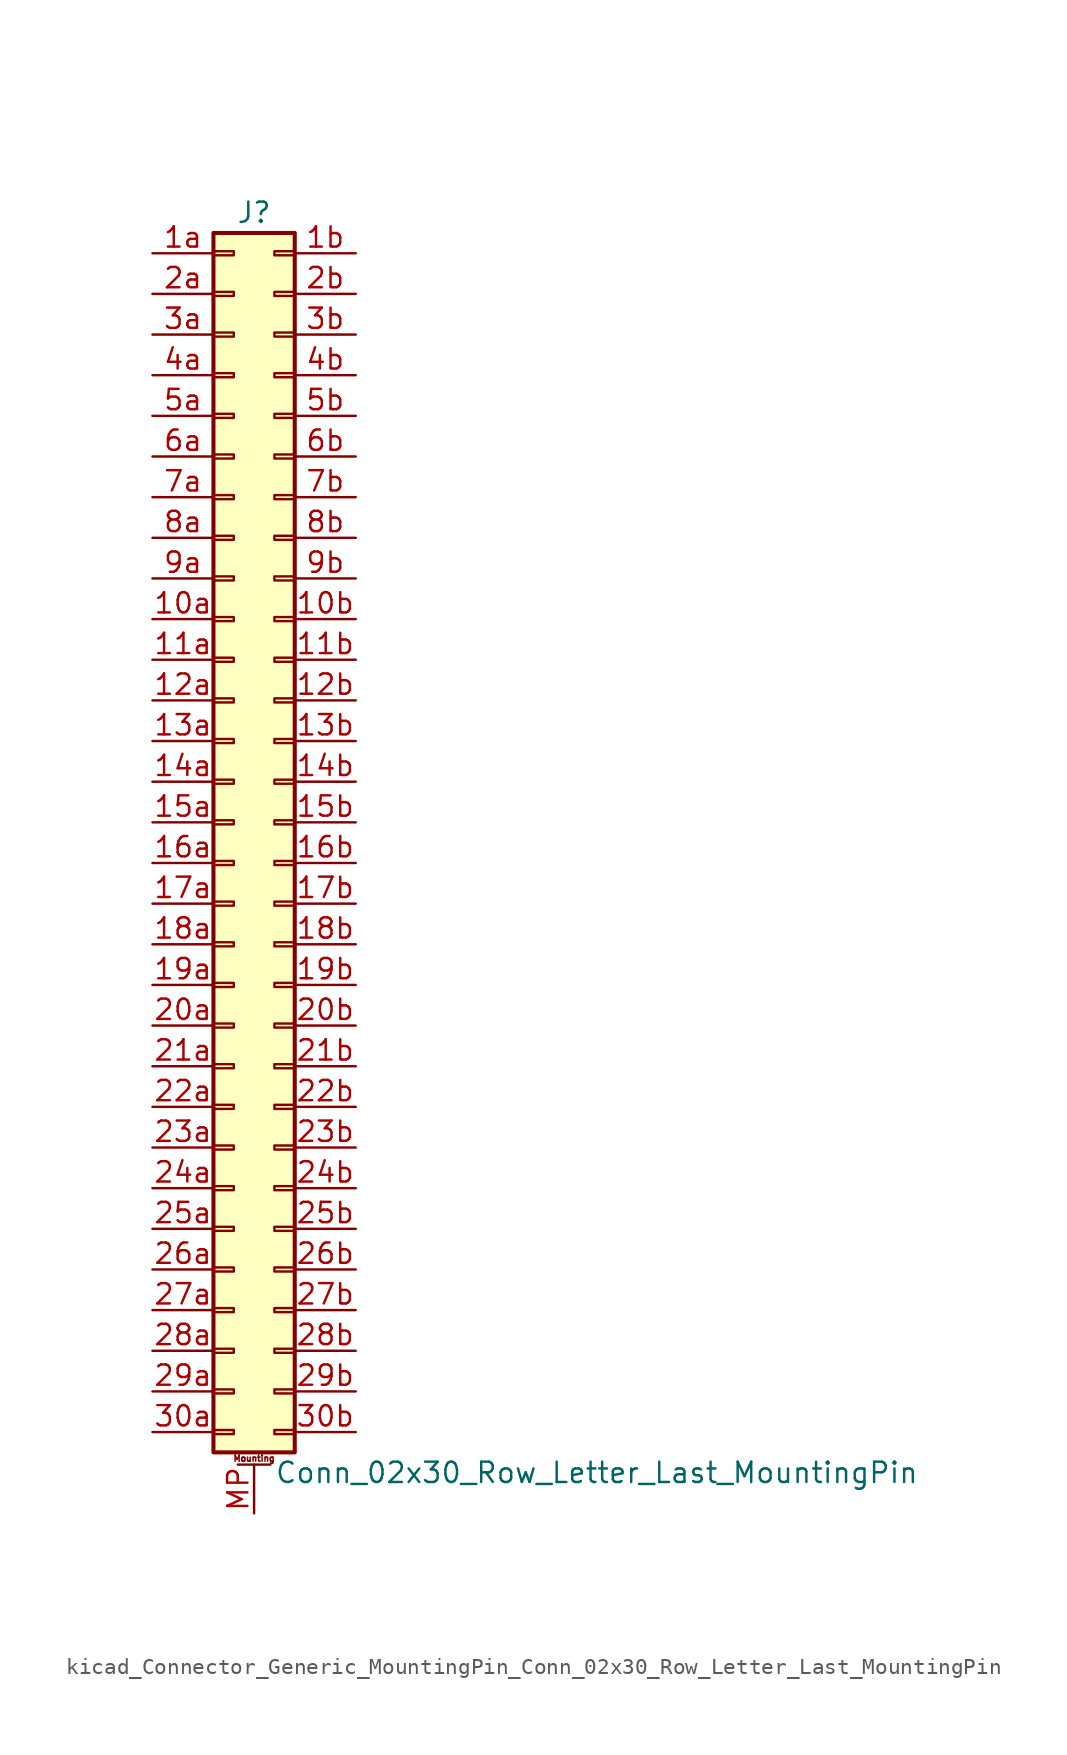
<source format=kicad_sym>
(kicad_symbol_lib
  (version 20220914)
  (generator kicad_symbol_editor)
  (symbol "kicad_Connector_Generic_MountingPin_Conn_02x30_Row_Letter_Last_MountingPin"
    (pin_names
      (offset 1.016) hide)
    (property "Reference" "J"
      (at 1.27 38.1 0)
      (effects (font (size 1.27 1.27))))
    (property "Value" "Conn_02x30_Row_Letter_Last_MountingPin"
      (at 2.54 -40.64 0)
      (effects (font (size 1.27 1.27)) (justify left)))
    (symbol "kicad_Connector_Generic_MountingPin_Conn_02x30_Row_Letter_Last_MountingPin_1_1"
      (rectangle (start -1.27 -37.973) (end 0 -38.227) (stroke (width 0.152) (type default)) (fill (type none)))
      (rectangle (start -1.27 -35.433) (end 0 -35.687) (stroke (width 0.152) (type default)) (fill (type none)))
      (rectangle (start -1.27 -32.893) (end 0 -33.147) (stroke (width 0.152) (type default)) (fill (type none)))
      (rectangle (start -1.27 -30.353) (end 0 -30.607) (stroke (width 0.152) (type default)) (fill (type none)))
      (rectangle (start -1.27 -27.813) (end 0 -28.067) (stroke (width 0.152) (type default)) (fill (type none)))
      (rectangle (start -1.27 -25.273) (end 0 -25.527) (stroke (width 0.152) (type default)) (fill (type none)))
      (rectangle (start -1.27 -22.733) (end 0 -22.987) (stroke (width 0.152) (type default)) (fill (type none)))
      (rectangle (start -1.27 -20.193) (end 0 -20.447) (stroke (width 0.152) (type default)) (fill (type none)))
      (rectangle (start -1.27 -17.653) (end 0 -17.907) (stroke (width 0.152) (type default)) (fill (type none)))
      (rectangle (start -1.27 -15.113) (end 0 -15.367) (stroke (width 0.152) (type default)) (fill (type none)))
      (rectangle (start -1.27 -12.573) (end 0 -12.827) (stroke (width 0.152) (type default)) (fill (type none)))
      (rectangle (start -1.27 -10.033) (end 0 -10.287) (stroke (width 0.152) (type default)) (fill (type none)))
      (rectangle (start -1.27 -7.493) (end 0 -7.747) (stroke (width 0.152) (type default)) (fill (type none)))
      (rectangle (start -1.27 -4.953) (end 0 -5.207) (stroke (width 0.152) (type default)) (fill (type none)))
      (rectangle (start -1.27 -2.413) (end 0 -2.667) (stroke (width 0.152) (type default)) (fill (type none)))
      (rectangle (start -1.27 0.127) (end 0 -0.127) (stroke (width 0.152) (type default)) (fill (type none)))
      (rectangle (start -1.27 2.667) (end 0 2.413) (stroke (width 0.152) (type default)) (fill (type none)))
      (rectangle (start -1.27 5.207) (end 0 4.953) (stroke (width 0.152) (type default)) (fill (type none)))
      (rectangle (start -1.27 7.747) (end 0 7.493) (stroke (width 0.152) (type default)) (fill (type none)))
      (rectangle (start -1.27 10.287) (end 0 10.033) (stroke (width 0.152) (type default)) (fill (type none)))
      (rectangle (start -1.27 12.827) (end 0 12.573) (stroke (width 0.152) (type default)) (fill (type none)))
      (rectangle (start -1.27 15.367) (end 0 15.113) (stroke (width 0.152) (type default)) (fill (type none)))
      (rectangle (start -1.27 17.907) (end 0 17.653) (stroke (width 0.152) (type default)) (fill (type none)))
      (rectangle (start -1.27 20.447) (end 0 20.193) (stroke (width 0.152) (type default)) (fill (type none)))
      (rectangle (start -1.27 22.987) (end 0 22.733) (stroke (width 0.152) (type default)) (fill (type none)))
      (rectangle (start -1.27 25.527) (end 0 25.273) (stroke (width 0.152) (type default)) (fill (type none)))
      (rectangle (start -1.27 28.067) (end 0 27.813) (stroke (width 0.152) (type default)) (fill (type none)))
      (rectangle (start -1.27 30.607) (end 0 30.353) (stroke (width 0.152) (type default)) (fill (type none)))
      (rectangle (start -1.27 33.147) (end 0 32.893) (stroke (width 0.152) (type default)) (fill (type none)))
      (rectangle (start -1.27 35.687) (end 0 35.433) (stroke (width 0.152) (type default)) (fill (type none)))
      (rectangle (start -1.27 36.83) (end 3.81 -39.37) (stroke (width 0.254) (type default)) (fill (type background)))
      (polyline (pts (xy 0.254 -40.132) (xy 2.286 -40.132)) (stroke (width 0.152) (type default)) (fill (type none)))
      (rectangle (start 3.81 -37.973) (end 2.54 -38.227) (stroke (width 0.152) (type default)) (fill (type none)))
      (rectangle (start 3.81 -35.433) (end 2.54 -35.687) (stroke (width 0.152) (type default)) (fill (type none)))
      (rectangle (start 3.81 -32.893) (end 2.54 -33.147) (stroke (width 0.152) (type default)) (fill (type none)))
      (rectangle (start 3.81 -30.353) (end 2.54 -30.607) (stroke (width 0.152) (type default)) (fill (type none)))
      (rectangle (start 3.81 -27.813) (end 2.54 -28.067) (stroke (width 0.152) (type default)) (fill (type none)))
      (rectangle (start 3.81 -25.273) (end 2.54 -25.527) (stroke (width 0.152) (type default)) (fill (type none)))
      (rectangle (start 3.81 -22.733) (end 2.54 -22.987) (stroke (width 0.152) (type default)) (fill (type none)))
      (rectangle (start 3.81 -20.193) (end 2.54 -20.447) (stroke (width 0.152) (type default)) (fill (type none)))
      (rectangle (start 3.81 -17.653) (end 2.54 -17.907) (stroke (width 0.152) (type default)) (fill (type none)))
      (rectangle (start 3.81 -15.113) (end 2.54 -15.367) (stroke (width 0.152) (type default)) (fill (type none)))
      (rectangle (start 3.81 -12.573) (end 2.54 -12.827) (stroke (width 0.152) (type default)) (fill (type none)))
      (rectangle (start 3.81 -10.033) (end 2.54 -10.287) (stroke (width 0.152) (type default)) (fill (type none)))
      (rectangle (start 3.81 -7.493) (end 2.54 -7.747) (stroke (width 0.152) (type default)) (fill (type none)))
      (rectangle (start 3.81 -4.953) (end 2.54 -5.207) (stroke (width 0.152) (type default)) (fill (type none)))
      (rectangle (start 3.81 -2.413) (end 2.54 -2.667) (stroke (width 0.152) (type default)) (fill (type none)))
      (rectangle (start 3.81 0.127) (end 2.54 -0.127) (stroke (width 0.152) (type default)) (fill (type none)))
      (rectangle (start 3.81 2.667) (end 2.54 2.413) (stroke (width 0.152) (type default)) (fill (type none)))
      (rectangle (start 3.81 5.207) (end 2.54 4.953) (stroke (width 0.152) (type default)) (fill (type none)))
      (rectangle (start 3.81 7.747) (end 2.54 7.493) (stroke (width 0.152) (type default)) (fill (type none)))
      (rectangle (start 3.81 10.287) (end 2.54 10.033) (stroke (width 0.152) (type default)) (fill (type none)))
      (rectangle (start 3.81 12.827) (end 2.54 12.573) (stroke (width 0.152) (type default)) (fill (type none)))
      (rectangle (start 3.81 15.367) (end 2.54 15.113) (stroke (width 0.152) (type default)) (fill (type none)))
      (rectangle (start 3.81 17.907) (end 2.54 17.653) (stroke (width 0.152) (type default)) (fill (type none)))
      (rectangle (start 3.81 20.447) (end 2.54 20.193) (stroke (width 0.152) (type default)) (fill (type none)))
      (rectangle (start 3.81 22.987) (end 2.54 22.733) (stroke (width 0.152) (type default)) (fill (type none)))
      (rectangle (start 3.81 25.527) (end 2.54 25.273) (stroke (width 0.152) (type default)) (fill (type none)))
      (rectangle (start 3.81 28.067) (end 2.54 27.813) (stroke (width 0.152) (type default)) (fill (type none)))
      (rectangle (start 3.81 30.607) (end 2.54 30.353) (stroke (width 0.152) (type default)) (fill (type none)))
      (rectangle (start 3.81 33.147) (end 2.54 32.893) (stroke (width 0.152) (type default)) (fill (type none)))
      (rectangle (start 3.81 35.687) (end 2.54 35.433) (stroke (width 0.152) (type default)) (fill (type none)))
      (text "Mounting" (at 1.27 -39.751 0) (effects (font (size 0.381 0.381))))
      (pin passive line (at -5.08 12.7 0) (length 3.81) (name "Pin_10a" (effects (font (size 1.27 1.27)))) (number "10a" (effects (font (size 1.27 1.27)))))
      (pin passive line (at 7.62 12.7 180) (length 3.81) (name "Pin_10b" (effects (font (size 1.27 1.27)))) (number "10b" (effects (font (size 1.27 1.27)))))
      (pin passive line (at -5.08 10.16 0) (length 3.81) (name "Pin_11a" (effects (font (size 1.27 1.27)))) (number "11a" (effects (font (size 1.27 1.27)))))
      (pin passive line (at 7.62 10.16 180) (length 3.81) (name "Pin_11b" (effects (font (size 1.27 1.27)))) (number "11b" (effects (font (size 1.27 1.27)))))
      (pin passive line (at -5.08 7.62 0) (length 3.81) (name "Pin_12a" (effects (font (size 1.27 1.27)))) (number "12a" (effects (font (size 1.27 1.27)))))
      (pin passive line (at 7.62 7.62 180) (length 3.81) (name "Pin_12b" (effects (font (size 1.27 1.27)))) (number "12b" (effects (font (size 1.27 1.27)))))
      (pin passive line (at -5.08 5.08 0) (length 3.81) (name "Pin_13a" (effects (font (size 1.27 1.27)))) (number "13a" (effects (font (size 1.27 1.27)))))
      (pin passive line (at 7.62 5.08 180) (length 3.81) (name "Pin_13b" (effects (font (size 1.27 1.27)))) (number "13b" (effects (font (size 1.27 1.27)))))
      (pin passive line (at -5.08 2.54 0) (length 3.81) (name "Pin_14a" (effects (font (size 1.27 1.27)))) (number "14a" (effects (font (size 1.27 1.27)))))
      (pin passive line (at 7.62 2.54 180) (length 3.81) (name "Pin_14b" (effects (font (size 1.27 1.27)))) (number "14b" (effects (font (size 1.27 1.27)))))
      (pin passive line (at -5.08 0 0) (length 3.81) (name "Pin_15a" (effects (font (size 1.27 1.27)))) (number "15a" (effects (font (size 1.27 1.27)))))
      (pin passive line (at 7.62 0 180) (length 3.81) (name "Pin_15b" (effects (font (size 1.27 1.27)))) (number "15b" (effects (font (size 1.27 1.27)))))
      (pin passive line (at -5.08 -2.54 0) (length 3.81) (name "Pin_16a" (effects (font (size 1.27 1.27)))) (number "16a" (effects (font (size 1.27 1.27)))))
      (pin passive line (at 7.62 -2.54 180) (length 3.81) (name "Pin_16b" (effects (font (size 1.27 1.27)))) (number "16b" (effects (font (size 1.27 1.27)))))
      (pin passive line (at -5.08 -5.08 0) (length 3.81) (name "Pin_17a" (effects (font (size 1.27 1.27)))) (number "17a" (effects (font (size 1.27 1.27)))))
      (pin passive line (at 7.62 -5.08 180) (length 3.81) (name "Pin_17b" (effects (font (size 1.27 1.27)))) (number "17b" (effects (font (size 1.27 1.27)))))
      (pin passive line (at -5.08 -7.62 0) (length 3.81) (name "Pin_18a" (effects (font (size 1.27 1.27)))) (number "18a" (effects (font (size 1.27 1.27)))))
      (pin passive line (at 7.62 -7.62 180) (length 3.81) (name "Pin_18b" (effects (font (size 1.27 1.27)))) (number "18b" (effects (font (size 1.27 1.27)))))
      (pin passive line (at -5.08 -10.16 0) (length 3.81) (name "Pin_19a" (effects (font (size 1.27 1.27)))) (number "19a" (effects (font (size 1.27 1.27)))))
      (pin passive line (at 7.62 -10.16 180) (length 3.81) (name "Pin_19b" (effects (font (size 1.27 1.27)))) (number "19b" (effects (font (size 1.27 1.27)))))
      (pin passive line (at -5.08 35.56 0) (length 3.81) (name "Pin_1a" (effects (font (size 1.27 1.27)))) (number "1a" (effects (font (size 1.27 1.27)))))
      (pin passive line (at 7.62 35.56 180) (length 3.81) (name "Pin_1b" (effects (font (size 1.27 1.27)))) (number "1b" (effects (font (size 1.27 1.27)))))
      (pin passive line (at -5.08 -12.7 0) (length 3.81) (name "Pin_20a" (effects (font (size 1.27 1.27)))) (number "20a" (effects (font (size 1.27 1.27)))))
      (pin passive line (at 7.62 -12.7 180) (length 3.81) (name "Pin_20b" (effects (font (size 1.27 1.27)))) (number "20b" (effects (font (size 1.27 1.27)))))
      (pin passive line (at -5.08 -15.24 0) (length 3.81) (name "Pin_21a" (effects (font (size 1.27 1.27)))) (number "21a" (effects (font (size 1.27 1.27)))))
      (pin passive line (at 7.62 -15.24 180) (length 3.81) (name "Pin_21b" (effects (font (size 1.27 1.27)))) (number "21b" (effects (font (size 1.27 1.27)))))
      (pin passive line (at -5.08 -17.78 0) (length 3.81) (name "Pin_22a" (effects (font (size 1.27 1.27)))) (number "22a" (effects (font (size 1.27 1.27)))))
      (pin passive line (at 7.62 -17.78 180) (length 3.81) (name "Pin_22b" (effects (font (size 1.27 1.27)))) (number "22b" (effects (font (size 1.27 1.27)))))
      (pin passive line (at -5.08 -20.32 0) (length 3.81) (name "Pin_23a" (effects (font (size 1.27 1.27)))) (number "23a" (effects (font (size 1.27 1.27)))))
      (pin passive line (at 7.62 -20.32 180) (length 3.81) (name "Pin_23b" (effects (font (size 1.27 1.27)))) (number "23b" (effects (font (size 1.27 1.27)))))
      (pin passive line (at -5.08 -22.86 0) (length 3.81) (name "Pin_24a" (effects (font (size 1.27 1.27)))) (number "24a" (effects (font (size 1.27 1.27)))))
      (pin passive line (at 7.62 -22.86 180) (length 3.81) (name "Pin_24b" (effects (font (size 1.27 1.27)))) (number "24b" (effects (font (size 1.27 1.27)))))
      (pin passive line (at -5.08 -25.4 0) (length 3.81) (name "Pin_25a" (effects (font (size 1.27 1.27)))) (number "25a" (effects (font (size 1.27 1.27)))))
      (pin passive line (at 7.62 -25.4 180) (length 3.81) (name "Pin_25b" (effects (font (size 1.27 1.27)))) (number "25b" (effects (font (size 1.27 1.27)))))
      (pin passive line (at -5.08 -27.94 0) (length 3.81) (name "Pin_26a" (effects (font (size 1.27 1.27)))) (number "26a" (effects (font (size 1.27 1.27)))))
      (pin passive line (at 7.62 -27.94 180) (length 3.81) (name "Pin_26b" (effects (font (size 1.27 1.27)))) (number "26b" (effects (font (size 1.27 1.27)))))
      (pin passive line (at -5.08 -30.48 0) (length 3.81) (name "Pin_27a" (effects (font (size 1.27 1.27)))) (number "27a" (effects (font (size 1.27 1.27)))))
      (pin passive line (at 7.62 -30.48 180) (length 3.81) (name "Pin_27b" (effects (font (size 1.27 1.27)))) (number "27b" (effects (font (size 1.27 1.27)))))
      (pin passive line (at -5.08 -33.02 0) (length 3.81) (name "Pin_28a" (effects (font (size 1.27 1.27)))) (number "28a" (effects (font (size 1.27 1.27)))))
      (pin passive line (at 7.62 -33.02 180) (length 3.81) (name "Pin_28b" (effects (font (size 1.27 1.27)))) (number "28b" (effects (font (size 1.27 1.27)))))
      (pin passive line (at -5.08 -35.56 0) (length 3.81) (name "Pin_29a" (effects (font (size 1.27 1.27)))) (number "29a" (effects (font (size 1.27 1.27)))))
      (pin passive line (at 7.62 -35.56 180) (length 3.81) (name "Pin_29b" (effects (font (size 1.27 1.27)))) (number "29b" (effects (font (size 1.27 1.27)))))
      (pin passive line (at -5.08 33.02 0) (length 3.81) (name "Pin_2a" (effects (font (size 1.27 1.27)))) (number "2a" (effects (font (size 1.27 1.27)))))
      (pin passive line (at 7.62 33.02 180) (length 3.81) (name "Pin_2b" (effects (font (size 1.27 1.27)))) (number "2b" (effects (font (size 1.27 1.27)))))
      (pin passive line (at -5.08 -38.1 0) (length 3.81) (name "Pin_30a" (effects (font (size 1.27 1.27)))) (number "30a" (effects (font (size 1.27 1.27)))))
      (pin passive line (at 7.62 -38.1 180) (length 3.81) (name "Pin_30b" (effects (font (size 1.27 1.27)))) (number "30b" (effects (font (size 1.27 1.27)))))
      (pin passive line (at -5.08 30.48 0) (length 3.81) (name "Pin_3a" (effects (font (size 1.27 1.27)))) (number "3a" (effects (font (size 1.27 1.27)))))
      (pin passive line (at 7.62 30.48 180) (length 3.81) (name "Pin_3b" (effects (font (size 1.27 1.27)))) (number "3b" (effects (font (size 1.27 1.27)))))
      (pin passive line (at -5.08 27.94 0) (length 3.81) (name "Pin_4a" (effects (font (size 1.27 1.27)))) (number "4a" (effects (font (size 1.27 1.27)))))
      (pin passive line (at 7.62 27.94 180) (length 3.81) (name "Pin_4b" (effects (font (size 1.27 1.27)))) (number "4b" (effects (font (size 1.27 1.27)))))
      (pin passive line (at -5.08 25.4 0) (length 3.81) (name "Pin_5a" (effects (font (size 1.27 1.27)))) (number "5a" (effects (font (size 1.27 1.27)))))
      (pin passive line (at 7.62 25.4 180) (length 3.81) (name "Pin_5b" (effects (font (size 1.27 1.27)))) (number "5b" (effects (font (size 1.27 1.27)))))
      (pin passive line (at -5.08 22.86 0) (length 3.81) (name "Pin_6a" (effects (font (size 1.27 1.27)))) (number "6a" (effects (font (size 1.27 1.27)))))
      (pin passive line (at 7.62 22.86 180) (length 3.81) (name "Pin_6b" (effects (font (size 1.27 1.27)))) (number "6b" (effects (font (size 1.27 1.27)))))
      (pin passive line (at -5.08 20.32 0) (length 3.81) (name "Pin_7a" (effects (font (size 1.27 1.27)))) (number "7a" (effects (font (size 1.27 1.27)))))
      (pin passive line (at 7.62 20.32 180) (length 3.81) (name "Pin_7b" (effects (font (size 1.27 1.27)))) (number "7b" (effects (font (size 1.27 1.27)))))
      (pin passive line (at -5.08 17.78 0) (length 3.81) (name "Pin_8a" (effects (font (size 1.27 1.27)))) (number "8a" (effects (font (size 1.27 1.27)))))
      (pin passive line (at 7.62 17.78 180) (length 3.81) (name "Pin_8b" (effects (font (size 1.27 1.27)))) (number "8b" (effects (font (size 1.27 1.27)))))
      (pin passive line (at -5.08 15.24 0) (length 3.81) (name "Pin_9a" (effects (font (size 1.27 1.27)))) (number "9a" (effects (font (size 1.27 1.27)))))
      (pin passive line (at 7.62 15.24 180) (length 3.81) (name "Pin_9b" (effects (font (size 1.27 1.27)))) (number "9b" (effects (font (size 1.27 1.27)))))
      (pin passive line (at 1.27 -43.18 90) (length 3.048) (name "MountPin" (effects (font (size 1.27 1.27)))) (number "MP" (effects (font (size 1.27 1.27))))))))
</source>
